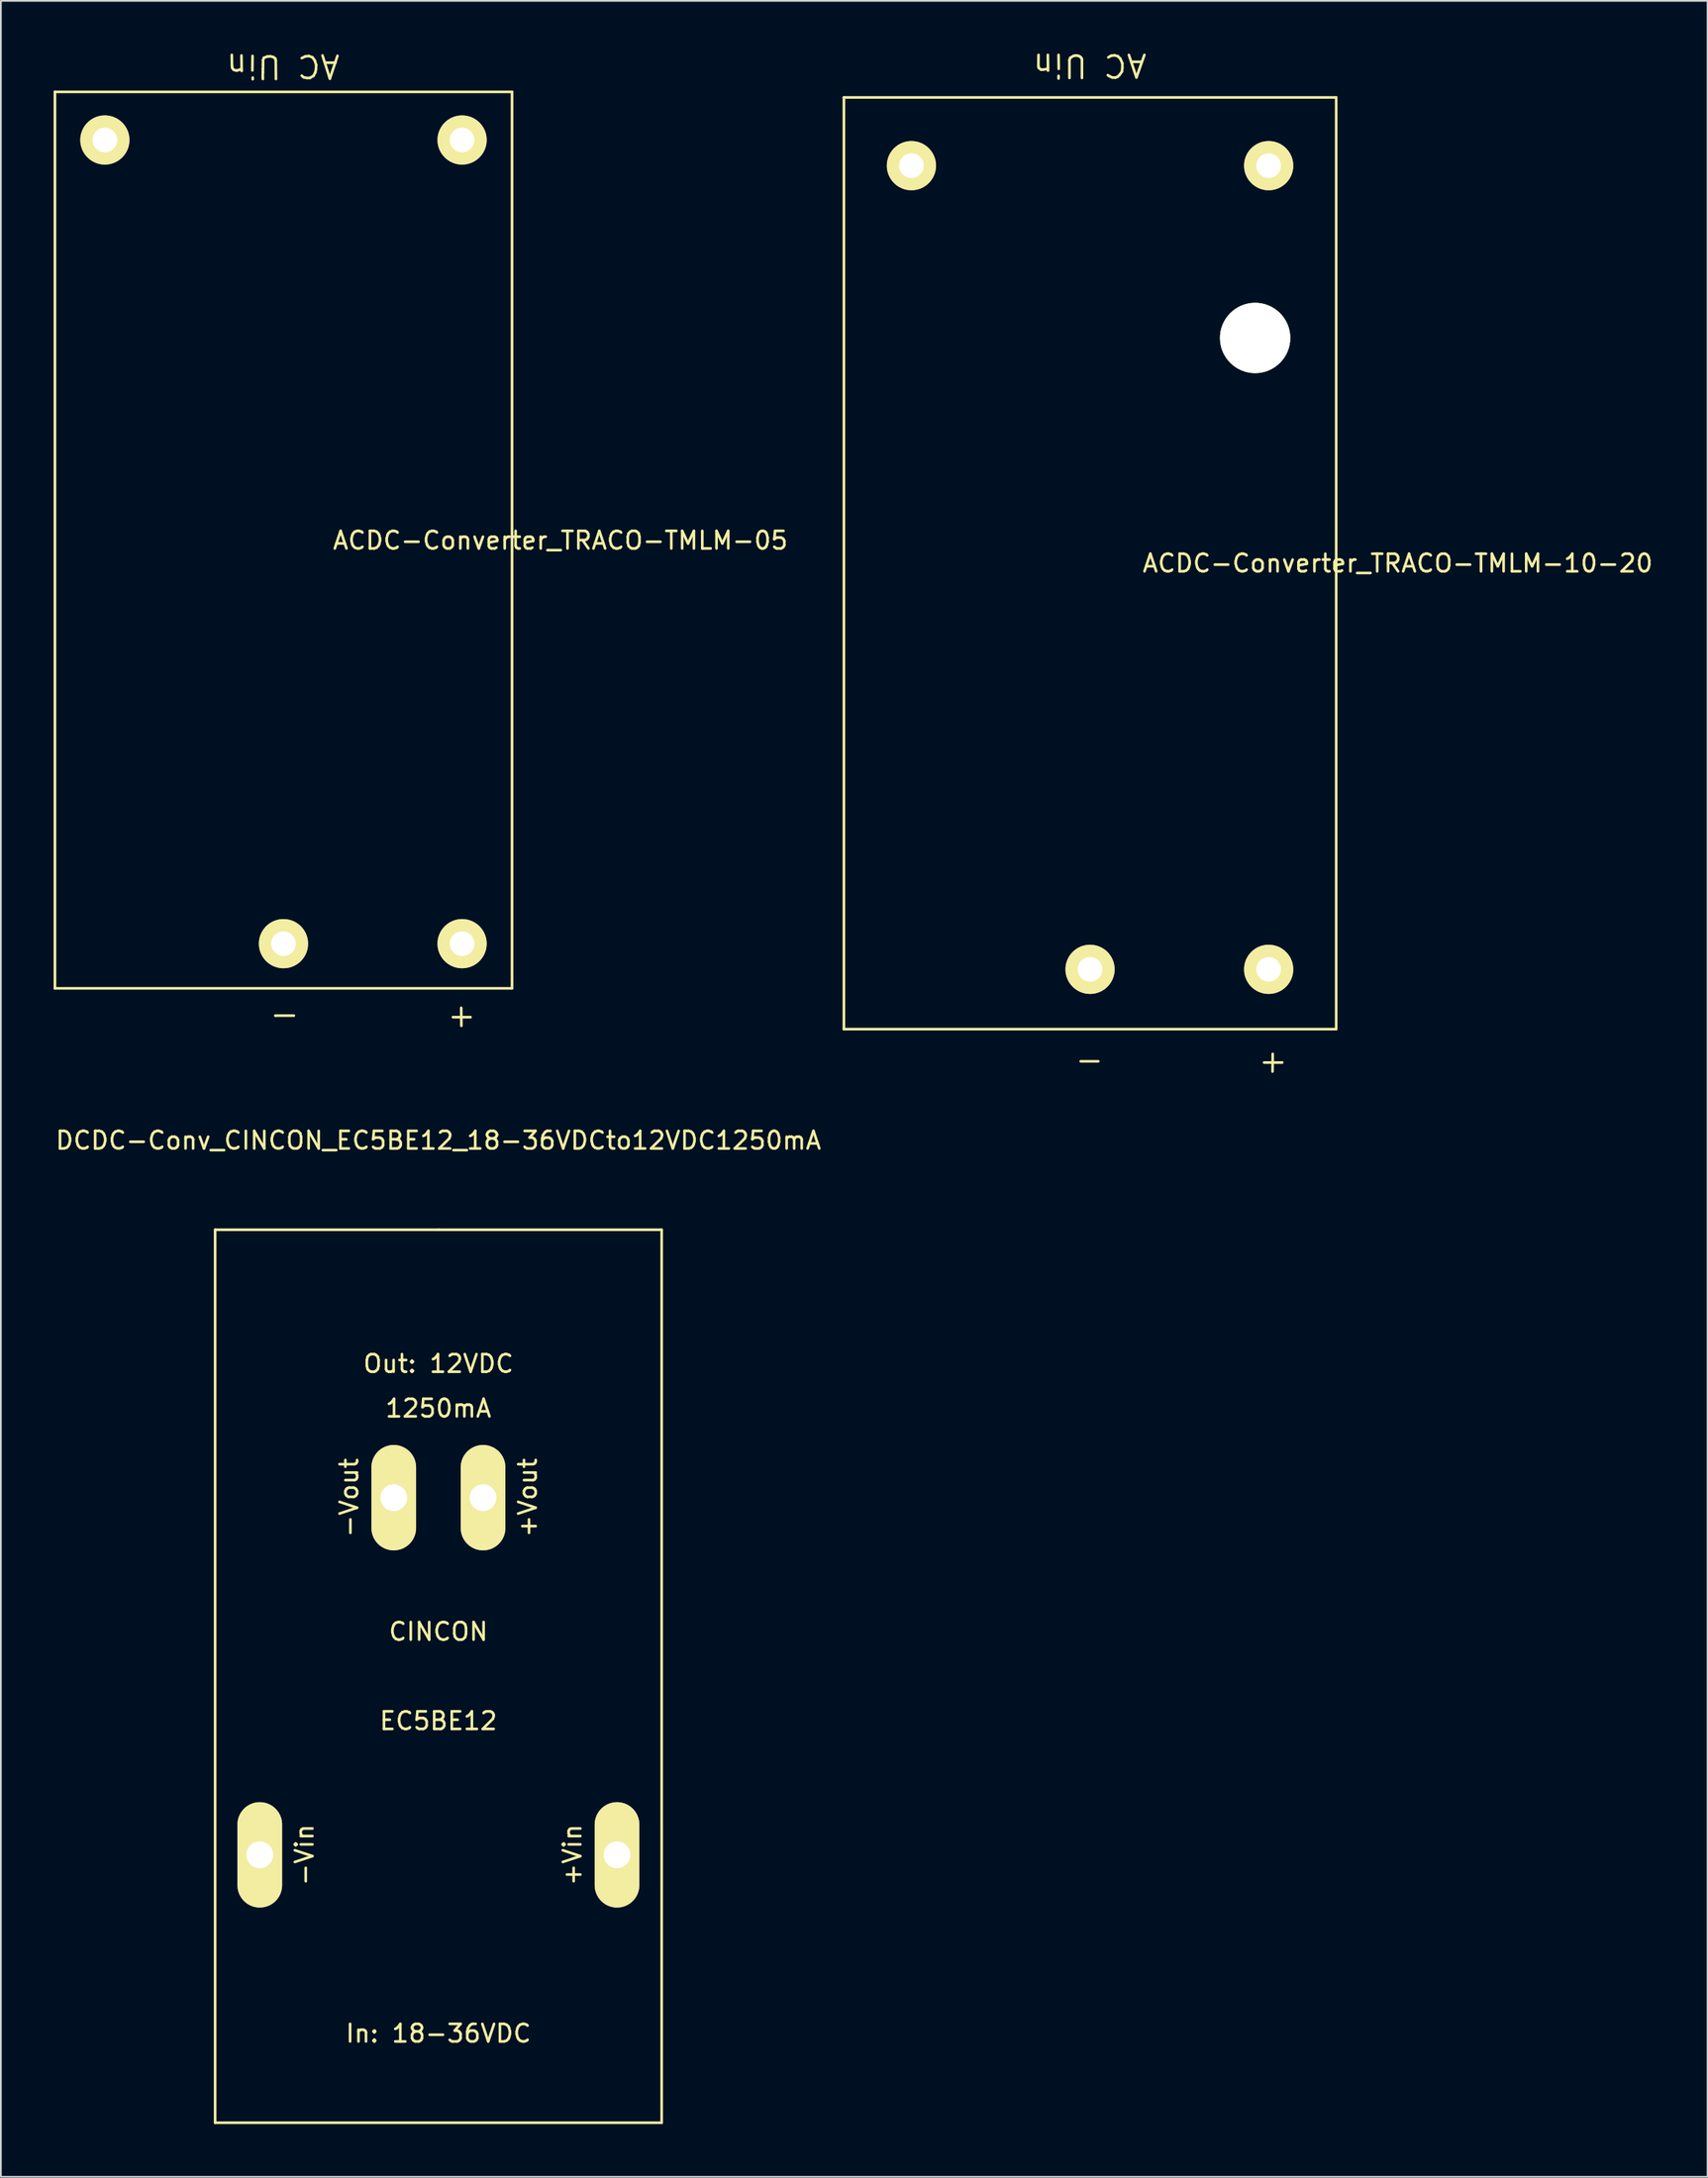
<source format=kicad_pcb>
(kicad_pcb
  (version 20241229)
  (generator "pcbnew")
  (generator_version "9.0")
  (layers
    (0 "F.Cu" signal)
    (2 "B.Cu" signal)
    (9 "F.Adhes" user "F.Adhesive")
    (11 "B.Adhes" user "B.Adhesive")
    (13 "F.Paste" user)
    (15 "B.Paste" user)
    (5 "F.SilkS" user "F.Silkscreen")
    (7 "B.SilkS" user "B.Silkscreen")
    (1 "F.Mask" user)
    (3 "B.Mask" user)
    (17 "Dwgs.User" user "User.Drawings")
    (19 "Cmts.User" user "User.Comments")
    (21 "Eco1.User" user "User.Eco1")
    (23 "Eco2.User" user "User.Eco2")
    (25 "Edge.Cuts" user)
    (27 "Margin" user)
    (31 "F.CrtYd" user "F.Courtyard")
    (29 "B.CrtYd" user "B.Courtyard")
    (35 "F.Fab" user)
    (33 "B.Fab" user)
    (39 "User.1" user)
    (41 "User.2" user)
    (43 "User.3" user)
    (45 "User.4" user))
  (footprint "ACDC-Converter_TRACO-TMLM-05"
    (layer "F.Cu")
    (at 13.075 27.675)
    (property "Reference" "ACDC-Converter_TRACO-TMLM-05" (at 15.751 0.02 0) (layer "F.SilkS") (effects (font (size 1 1) (thickness 0.15))))
    (attr through_hole)
    (fp_line (start -13 -25.499) (end 13 -25.499) (stroke (width 0.15) (type solid)) (layer "F.SilkS"))
    (fp_line (start -13 25.499) (end -13 -25.499) (stroke (width 0.15) (type solid)) (layer "F.SilkS"))
    (fp_line (start -2.939 -27.6) (end -2.931 -26.98) (stroke (width 0.15) (type solid)) (layer "F.SilkS"))
    (fp_line (start -2.931 -26.98) (end -2.911 -26.86) (stroke (width 0.15) (type solid)) (layer "F.SilkS"))
    (fp_line (start -2.911 -26.86) (end -2.84 -26.759) (stroke (width 0.15) (type solid)) (layer "F.SilkS"))
    (fp_line (start -2.84 -26.759) (end -2.72 -26.721) (stroke (width 0.15) (type solid)) (layer "F.SilkS"))
    (fp_line (start -2.72 -26.721) (end -2.639 -26.711) (stroke (width 0.15) (type solid)) (layer "F.SilkS"))
    (fp_line (start -2.639 -26.711) (end -2.431 -26.789) (stroke (width 0.15) (type solid)) (layer "F.SilkS"))
    (fp_line (start -2.39 -27.569) (end -2.38 -26.721) (stroke (width 0.15) (type solid)) (layer "F.SilkS"))
    (fp_line (start -2.38 -26.721) (end -2.38 -26.69) (stroke (width 0.15) (type solid)) (layer "F.SilkS"))
    (fp_line (start -1.77 -26.721) (end -1.76 -27.541) (stroke (width 0.15) (type solid)) (layer "F.SilkS"))
    (fp_line (start -1.75 -26.22) (end -1.75 -26.309) (stroke (width 0.15) (type solid)) (layer "F.SilkS"))
    (fp_line (start -1.181 -26.36) (end -1.171 -26.231) (stroke (width 0.15) (type solid)) (layer "F.SilkS"))
    (fp_line (start -1.171 -26.799) (end -1.171 -26.609) (stroke (width 0.15) (type solid)) (layer "F.SilkS"))
    (fp_line (start -1.171 -26.609) (end -1.181 -26.36) (stroke (width 0.15) (type solid)) (layer "F.SilkS"))
    (fp_line (start -1.161 -27.31) (end -1.161 -27.061) (stroke (width 0.15) (type solid)) (layer "F.SilkS"))
    (fp_line (start -1.161 -27.061) (end -1.171 -26.799) (stroke (width 0.15) (type solid)) (layer "F.SilkS"))
    (fp_line (start -1.11 -27.44) (end -1.161 -27.31) (stroke (width 0.15) (type solid)) (layer "F.SilkS"))
    (fp_line (start -0.909 -27.511) (end -1.11 -27.44) (stroke (width 0.15) (type solid)) (layer "F.SilkS"))
    (fp_line (start -0.749 -27.521) (end -0.909 -27.511) (stroke (width 0.15) (type solid)) (layer "F.SilkS"))
    (fp_line (start -0.579 -27.48) (end -0.749 -27.521) (stroke (width 0.15) (type solid)) (layer "F.SilkS"))
    (fp_line (start -0.47 -27.399) (end -0.579 -27.48) (stroke (width 0.15) (type solid)) (layer "F.SilkS"))
    (fp_line (start -0.45 27.051) (end -0.46 27.051) (stroke (width 0.15) (type solid)) (layer "F.SilkS"))
    (fp_line (start -0.439 -27.28) (end -0.47 -27.399) (stroke (width 0.15) (type solid)) (layer "F.SilkS"))
    (fp_line (start -0.429 -26.231) (end -0.439 -27.28) (stroke (width 0.15) (type solid)) (layer "F.SilkS"))
    (fp_line (start 0.589 27.051) (end -0.45 27.051) (stroke (width 0.15) (type solid)) (layer "F.SilkS"))
    (fp_line (start 1.039 -26.421) (end 1.14 -26.33) (stroke (width 0.15) (type solid)) (layer "F.SilkS"))
    (fp_line (start 1.14 -26.33) (end 1.321 -26.289) (stroke (width 0.15) (type solid)) (layer "F.SilkS"))
    (fp_line (start 1.229 -27.511) (end 1.039 -27.419) (stroke (width 0.15) (type solid)) (layer "F.SilkS"))
    (fp_line (start 1.321 -26.289) (end 1.501 -26.289) (stroke (width 0.15) (type solid)) (layer "F.SilkS"))
    (fp_line (start 1.44 -27.541) (end 1.229 -27.511) (stroke (width 0.15) (type solid)) (layer "F.SilkS"))
    (fp_line (start 1.501 -26.289) (end 1.709 -26.411) (stroke (width 0.15) (type solid)) (layer "F.SilkS"))
    (fp_line (start 1.651 -27.46) (end 1.44 -27.541) (stroke (width 0.15) (type solid)) (layer "F.SilkS"))
    (fp_line (start 1.709 -26.411) (end 1.811 -26.609) (stroke (width 0.15) (type solid)) (layer "F.SilkS"))
    (fp_line (start 1.781 -27.28) (end 1.651 -27.46) (stroke (width 0.15) (type solid)) (layer "F.SilkS"))
    (fp_line (start 1.811 -26.609) (end 1.849 -26.779) (stroke (width 0.15) (type solid)) (layer "F.SilkS"))
    (fp_line (start 1.849 -26.779) (end 1.859 -27.031) (stroke (width 0.15) (type solid)) (layer "F.SilkS"))
    (fp_line (start 1.859 -27.031) (end 1.781 -27.28) (stroke (width 0.15) (type solid)) (layer "F.SilkS"))
    (fp_line (start 2.639 -26.251) (end 2.22 -27.569) (stroke (width 0.15) (type solid)) (layer "F.SilkS"))
    (fp_line (start 2.959 -27.16) (end 2.37 -27.16) (stroke (width 0.15) (type solid)) (layer "F.SilkS"))
    (fp_line (start 3.071 -27.549) (end 2.639 -26.251) (stroke (width 0.15) (type solid)) (layer "F.SilkS"))
    (fp_line (start 10.119 27.63) (end 10.109 26.609) (stroke (width 0.15) (type solid)) (layer "F.SilkS"))
    (fp_line (start 10.64 27.14) (end 9.639 27.14) (stroke (width 0.15) (type solid)) (layer "F.SilkS"))
    (fp_line (start 13 -25.499) (end 13 25.499) (stroke (width 0.15) (type solid)) (layer "F.SilkS"))
    (fp_line (start 13 25.499) (end -13 25.499) (stroke (width 0.15) (type solid)) (layer "F.SilkS"))
    (pad "1" thru_hole circle (at 0 22.959) (size 2.799 2.799) (drill 1.4) (layers "*.Cu" "*.Mask" "F.SilkS"))
    (pad "2" thru_hole circle (at 10.16 22.959) (size 2.799 2.799) (drill 1.4) (layers "*.Cu" "*.Mask" "F.SilkS"))
    (pad "3" thru_hole circle (at 10.16 -22.761) (size 2.799 2.799) (drill 1.4) (layers "*.Cu" "*.Mask" "F.SilkS"))
    (pad "4" thru_hole circle (at -10.16 -22.761) (size 2.799 2.799) (drill 1.4) (layers "*.Cu" "*.Mask" "F.SilkS")))
  (footprint "ACDC-Converter_TRACO-TMLM-10-20"
    (layer "F.Cu")
    (at 58.954 28.995)
    (property "Reference" "ACDC-Converter_TRACO-TMLM-10-20" (at 17.501 0 0) (layer "F.SilkS") (effects (font (size 1 1) (thickness 0.15))))
    (attr through_hole)
    (fp_line (start -14.001 -26.5) (end 14.001 -26.5) (stroke (width 0.15) (type solid)) (layer "F.SilkS"))
    (fp_line (start -14.001 26.5) (end -14.001 -26.5) (stroke (width 0.15) (type solid)) (layer "F.SilkS"))
    (fp_line (start -2.939 -28.27) (end -2.911 -28.179) (stroke (width 0.15) (type solid)) (layer "F.SilkS"))
    (fp_line (start -2.931 -28.92) (end -2.939 -28.27) (stroke (width 0.15) (type solid)) (layer "F.SilkS"))
    (fp_line (start -2.911 -28.179) (end -2.799 -28.09) (stroke (width 0.15) (type solid)) (layer "F.SilkS"))
    (fp_line (start -2.799 -28.09) (end -2.7 -28.08) (stroke (width 0.15) (type solid)) (layer "F.SilkS"))
    (fp_line (start -2.7 -28.08) (end -2.451 -28.12) (stroke (width 0.15) (type solid)) (layer "F.SilkS"))
    (fp_line (start -2.4 -28.92) (end -2.39 -28.029) (stroke (width 0.15) (type solid)) (layer "F.SilkS"))
    (fp_line (start -1.791 -28.92) (end -1.781 -28.131) (stroke (width 0.15) (type solid)) (layer "F.SilkS"))
    (fp_line (start -1.791 -27.579) (end -1.791 -27.729) (stroke (width 0.15) (type solid)) (layer "F.SilkS"))
    (fp_line (start -1.171 -28.631) (end -1.171 -27.61) (stroke (width 0.15) (type solid)) (layer "F.SilkS"))
    (fp_line (start -1.12 -28.76) (end -1.171 -28.631) (stroke (width 0.15) (type solid)) (layer "F.SilkS"))
    (fp_line (start -0.95 -28.86) (end -1.12 -28.76) (stroke (width 0.15) (type solid)) (layer "F.SilkS"))
    (fp_line (start -0.82 -28.89) (end -0.95 -28.86) (stroke (width 0.15) (type solid)) (layer "F.SilkS"))
    (fp_line (start -0.711 -28.88) (end -0.82 -28.89) (stroke (width 0.15) (type solid)) (layer "F.SilkS"))
    (fp_line (start -0.61 -28.849) (end -0.711 -28.88) (stroke (width 0.15) (type solid)) (layer "F.SilkS"))
    (fp_line (start -0.521 -28.781) (end -0.61 -28.849) (stroke (width 0.15) (type solid)) (layer "F.SilkS"))
    (fp_line (start -0.46 -28.679) (end -0.521 -28.781) (stroke (width 0.15) (type solid)) (layer "F.SilkS"))
    (fp_line (start -0.46 -27.61) (end -0.46 -28.679) (stroke (width 0.15) (type solid)) (layer "F.SilkS"))
    (fp_line (start 0.47 28.331) (end -0.531 28.331) (stroke (width 0.15) (type solid)) (layer "F.SilkS"))
    (fp_line (start 1.011 -27.77) (end 1.12 -27.701) (stroke (width 0.15) (type solid)) (layer "F.SilkS"))
    (fp_line (start 1.12 -27.701) (end 1.26 -27.64) (stroke (width 0.15) (type solid)) (layer "F.SilkS"))
    (fp_line (start 1.191 -28.87) (end 1.039 -28.781) (stroke (width 0.15) (type solid)) (layer "F.SilkS"))
    (fp_line (start 1.26 -27.64) (end 1.44 -27.63) (stroke (width 0.15) (type solid)) (layer "F.SilkS"))
    (fp_line (start 1.379 -28.9) (end 1.191 -28.87) (stroke (width 0.15) (type solid)) (layer "F.SilkS"))
    (fp_line (start 1.44 -27.63) (end 1.57 -27.681) (stroke (width 0.15) (type solid)) (layer "F.SilkS"))
    (fp_line (start 1.57 -27.681) (end 1.669 -27.77) (stroke (width 0.15) (type solid)) (layer "F.SilkS"))
    (fp_line (start 1.58 -28.849) (end 1.379 -28.9) (stroke (width 0.15) (type solid)) (layer "F.SilkS"))
    (fp_line (start 1.669 -27.77) (end 1.811 -27.971) (stroke (width 0.15) (type solid)) (layer "F.SilkS"))
    (fp_line (start 1.72 -28.71) (end 1.58 -28.849) (stroke (width 0.15) (type solid)) (layer "F.SilkS"))
    (fp_line (start 1.811 -27.971) (end 1.839 -28.179) (stroke (width 0.15) (type solid)) (layer "F.SilkS"))
    (fp_line (start 1.839 -28.44) (end 1.72 -28.71) (stroke (width 0.15) (type solid)) (layer "F.SilkS"))
    (fp_line (start 1.839 -28.179) (end 1.839 -28.44) (stroke (width 0.15) (type solid)) (layer "F.SilkS"))
    (fp_line (start 2.639 -27.64) (end 2.21 -28.92) (stroke (width 0.15) (type solid)) (layer "F.SilkS"))
    (fp_line (start 2.921 -28.529) (end 2.41 -28.529) (stroke (width 0.15) (type solid)) (layer "F.SilkS"))
    (fp_line (start 3.091 -28.92) (end 2.639 -27.64) (stroke (width 0.15) (type solid)) (layer "F.SilkS"))
    (fp_line (start 10.381 28.91) (end 10.391 27.91) (stroke (width 0.15) (type solid)) (layer "F.SilkS"))
    (fp_line (start 10.93 28.4) (end 9.901 28.4) (stroke (width 0.15) (type solid)) (layer "F.SilkS"))
    (fp_line (start 14.001 -26.5) (end 14.001 26.5) (stroke (width 0.15) (type solid)) (layer "F.SilkS"))
    (fp_line (start 14.001 26.5) (end -14.001 26.5) (stroke (width 0.15) (type solid)) (layer "F.SilkS"))
    (pad "" np_thru_hole circle (at 9.39 -12.819) (size 4 4) (drill 4) (layers "*.Cu" "*.Mask" "F.SilkS"))
    (pad "1" thru_hole circle (at 0 23.099) (size 2.799 2.799) (drill 1.4) (layers "*.Cu" "*.Mask" "F.SilkS"))
    (pad "2" thru_hole circle (at 10.16 23.099) (size 2.799 2.799) (drill 1.4) (layers "*.Cu" "*.Mask" "F.SilkS"))
    (pad "3" thru_hole circle (at 10.16 -22.621) (size 2.799 2.799) (drill 1.4) (layers "*.Cu" "*.Mask" "F.SilkS"))
    (pad "4" thru_hole circle (at -10.16 -22.621) (size 2.799 2.799) (drill 1.4) (layers "*.Cu" "*.Mask" "F.SilkS")))
  (footprint "DCDC-Conv_CINCON_EC5BE12_18-36VDCto12VDC1250mA"
    (layer "F.Cu")
    (at 21.887 92.309)
    (property "Reference" "DCDC-Conv_CINCON_EC5BE12_18-36VDCto12VDC1250mA" (at 0 -30.48 0) (layer "F.SilkS") (effects (font (size 1 1) (thickness 0.15))))
    (attr through_hole)
    (fp_line (start -12.7 -25.4) (end -12.7 25.4) (stroke (width 0.15) (type solid)) (layer "F.SilkS"))
    (fp_line (start -12.7 25.4) (end 12.7 25.4) (stroke (width 0.15) (type solid)) (layer "F.SilkS"))
    (fp_line (start 0 -25.4) (end -12.7 -25.4) (stroke (width 0.15) (type solid)) (layer "F.SilkS"))
    (fp_line (start 12.7 -25.4) (end 0 -25.4) (stroke (width 0.15) (type solid)) (layer "F.SilkS"))
    (fp_line (start 12.7 25.4) (end 12.7 -25.4) (stroke (width 0.15) (type solid)) (layer "F.SilkS"))
    (fp_text user "In: 18-36VDC" (at 0 20.32 0) (layer "F.SilkS") (effects (font (size 1 1) (thickness 0.15))))
    (fp_text user "-Vout" (at -5.08 -10.16 90) (layer "F.SilkS") (effects (font (size 1 1) (thickness 0.15))))
    (fp_text user "+Vin" (at 7.62 10.16 90) (layer "F.SilkS") (effects (font (size 1 1) (thickness 0.15))))
    (fp_text user "EC5BE12" (at 0 2.54 0) (layer "F.SilkS") (effects (font (size 1 1) (thickness 0.15))))
    (fp_text user "CINCON" (at 0 -2.54 0) (layer "F.SilkS") (effects (font (size 1 1) (thickness 0.15))))
    (fp_text user "Out: 12VDC" (at 0 -17.78 0) (layer "F.SilkS") (effects (font (size 1 1) (thickness 0.15))))
    (fp_text user "-Vin" (at -7.62 10.16 90) (layer "F.SilkS") (effects (font (size 1 1) (thickness 0.15))))
    (fp_text user "+Vout" (at 5.08 -10.16 90) (layer "F.SilkS") (effects (font (size 1 1) (thickness 0.15))))
    (fp_text user "1250mA" (at 0 -15.24 0) (layer "F.SilkS") (effects (font (size 1 1) (thickness 0.15))))
    (pad "1" thru_hole oval (at -2.54 -10.16) (size 2.54 5.994) (drill 1.524) (layers "*.Cu" "*.Mask" "F.SilkS"))
    (pad "2" thru_hole oval (at 2.54 -10.16) (size 2.54 5.994) (drill 1.524) (layers "*.Cu" "*.Mask" "F.SilkS"))
    (pad "3" thru_hole oval (at -10.16 10.16) (size 2.54 5.994) (drill 1.524) (layers "*.Cu" "*.Mask" "F.SilkS"))
    (pad "5" thru_hole oval (at 10.16 10.16) (size 2.54 5.994) (drill 1.524) (layers "*.Cu" "*.Mask" "F.SilkS")))
  (gr_rect
    (start -3 -3)
    (end 94.08 120.784)
    (stroke (width 0.1) (type default))
    (fill no)
    (layer "Edge.Cuts")))
</source>
